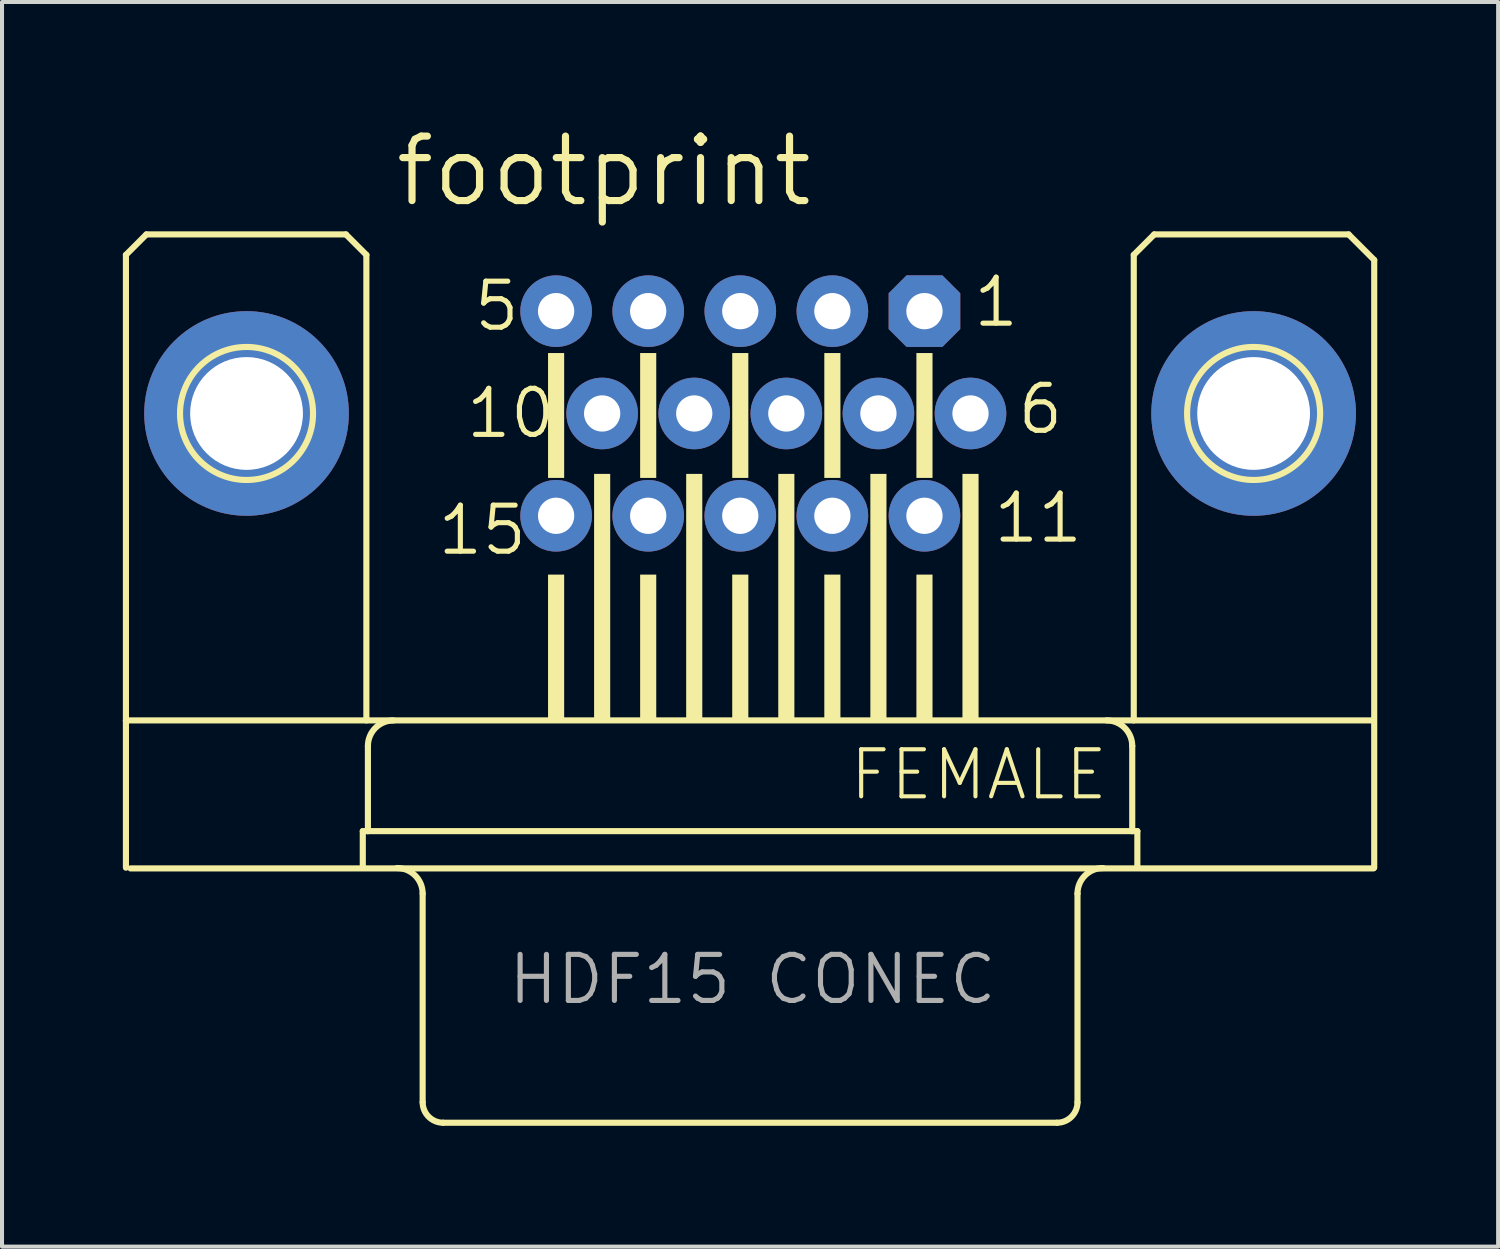
<source format=kicad_pcb>
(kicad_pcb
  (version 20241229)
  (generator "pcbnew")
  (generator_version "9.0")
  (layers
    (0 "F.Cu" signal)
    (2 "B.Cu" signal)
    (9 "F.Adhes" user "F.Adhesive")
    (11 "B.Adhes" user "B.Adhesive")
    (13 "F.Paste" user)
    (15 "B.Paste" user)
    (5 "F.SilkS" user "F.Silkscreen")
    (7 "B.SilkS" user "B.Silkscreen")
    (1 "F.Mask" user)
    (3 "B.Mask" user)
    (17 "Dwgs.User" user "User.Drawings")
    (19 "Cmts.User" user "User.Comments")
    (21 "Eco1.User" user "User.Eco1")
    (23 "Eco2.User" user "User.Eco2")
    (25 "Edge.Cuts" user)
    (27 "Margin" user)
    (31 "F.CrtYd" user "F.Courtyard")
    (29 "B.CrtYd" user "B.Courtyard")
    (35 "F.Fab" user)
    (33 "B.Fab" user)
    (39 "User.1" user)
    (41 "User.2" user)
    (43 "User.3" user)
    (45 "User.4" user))
  (footprint "footprint"
    (layer "F.Cu")
    (at 15.57 7.214)
    (property "Reference" "footprint" (at -8.89 -5.08 0) (layer "F.SilkS") (effects (font (size 1.6 1.6) (thickness 0.178)) (justify left bottom)))
    (fp_line (start -15.494 -3.937) (end -15.494 7.62) (stroke (width 0.152) (type solid)) (layer "F.SilkS"))
    (fp_line (start -15.494 11.276) (end -15.494 7.62) (stroke (width 0.152) (type solid)) (layer "F.SilkS"))
    (fp_line (start -14.986 -4.445) (end -15.494 -3.937) (stroke (width 0.152) (type solid)) (layer "F.SilkS"))
    (fp_line (start -10.033 -4.445) (end -14.986 -4.445) (stroke (width 0.152) (type solid)) (layer "F.SilkS"))
    (fp_line (start -9.614 10.368) (end -9.614 11.276) (stroke (width 0.152) (type solid)) (layer "F.SilkS"))
    (fp_line (start -9.525 -3.937) (end -10.033 -4.445) (stroke (width 0.152) (type solid)) (layer "F.SilkS"))
    (fp_line (start -9.525 -3.937) (end -9.525 7.62) (stroke (width 0.152) (type solid)) (layer "F.SilkS"))
    (fp_line (start -9.487 8.255) (end -9.487 10.368) (stroke (width 0.152) (type solid)) (layer "F.SilkS"))
    (fp_line (start -9.487 10.368) (end -9.614 10.368) (stroke (width 0.152) (type solid)) (layer "F.SilkS"))
    (fp_line (start -8.128 11.919) (end -8.128 17.099) (stroke (width 0.152) (type solid)) (layer "F.SilkS"))
    (fp_line (start 7.62 17.607) (end -7.62 17.607) (stroke (width 0.152) (type solid)) (layer "F.SilkS"))
    (fp_line (start 8.128 11.919) (end 8.128 17.099) (stroke (width 0.152) (type solid)) (layer "F.SilkS"))
    (fp_line (start 9.487 8.255) (end 9.487 10.368) (stroke (width 0.152) (type solid)) (layer "F.SilkS"))
    (fp_line (start 9.487 10.368) (end -9.487 10.368) (stroke (width 0.152) (type solid)) (layer "F.SilkS"))
    (fp_line (start 9.525 -3.937) (end 9.525 7.62) (stroke (width 0.152) (type solid)) (layer "F.SilkS"))
    (fp_line (start 9.614 10.368) (end 9.487 10.368) (stroke (width 0.152) (type solid)) (layer "F.SilkS"))
    (fp_line (start 9.614 10.368) (end 9.614 11.276) (stroke (width 0.152) (type solid)) (layer "F.SilkS"))
    (fp_line (start 10.033 -4.445) (end 9.525 -3.937) (stroke (width 0.152) (type solid)) (layer "F.SilkS"))
    (fp_line (start 10.033 -4.445) (end 14.859 -4.445) (stroke (width 0.152) (type solid)) (layer "F.SilkS"))
    (fp_line (start 14.859 -4.445) (end 15.494 -3.81) (stroke (width 0.152) (type solid)) (layer "F.SilkS"))
    (fp_line (start 15.475 7.62) (end -15.494 7.62) (stroke (width 0.152) (type solid)) (layer "F.SilkS"))
    (fp_line (start 15.476 11.294) (end -15.38 11.294) (stroke (width 0.152) (type solid)) (layer "F.SilkS"))
    (fp_line (start 15.494 -3.81) (end 15.494 11.276) (stroke (width 0.152) (type solid)) (layer "F.SilkS"))
    (fp_arc (start -9.487 8.255) (mid -9.301013 7.805987) (end -8.852 7.62) (stroke (width 0.1524) (type solid)) (layer "F.SilkS"))
    (fp_arc (start -8.763 11.284) (mid -8.313987 11.469987) (end -8.128 11.919) (stroke (width 0.1524) (type solid)) (layer "F.SilkS"))
    (fp_arc (start -7.62 17.607) (mid -7.97921 17.45821) (end -8.128 17.099) (stroke (width 0.1524) (type solid)) (layer "F.SilkS"))
    (fp_arc (start 8.128 11.919) (mid 8.313987 11.469987) (end 8.763 11.284) (stroke (width 0.1524) (type solid)) (layer "F.SilkS"))
    (fp_arc (start 8.128 17.099) (mid 7.97921 17.45821) (end 7.62 17.607) (stroke (width 0.1524) (type solid)) (layer "F.SilkS"))
    (fp_arc (start 8.852 7.62) (mid 9.301013 7.805987) (end 9.487 8.255) (stroke (width 0.1524) (type solid)) (layer "F.SilkS"))
    (fp_circle (center -12.5 0) (end -10.849 0) (stroke (width 0.152) (type solid)) (fill no) (layer "F.SilkS"))
    (fp_circle (center 12.5 0) (end 14.151 0) (stroke (width 0.152) (type solid)) (fill no) (layer "F.SilkS"))
    (fp_poly (pts (xy -5.015 1.6) (xy -4.615 1.6) (xy -4.615 -1.5) (xy -5.015 -1.5)) (stroke (width 0) (type solid)) (fill yes) (layer "F.SilkS"))
    (fp_poly (pts (xy -5.015 7.6) (xy -4.615 7.6) (xy -4.615 4) (xy -5.015 4)) (stroke (width 0) (type solid)) (fill yes) (layer "F.SilkS"))
    (fp_poly (pts (xy -3.872 7.6) (xy -3.472 7.6) (xy -3.472 1.5) (xy -3.872 1.5)) (stroke (width 0) (type solid)) (fill yes) (layer "F.SilkS"))
    (fp_poly (pts (xy -2.729 1.6) (xy -2.329 1.6) (xy -2.329 -1.5) (xy -2.729 -1.5)) (stroke (width 0) (type solid)) (fill yes) (layer "F.SilkS"))
    (fp_poly (pts (xy -2.729 7.6) (xy -2.329 7.6) (xy -2.329 4) (xy -2.729 4)) (stroke (width 0) (type solid)) (fill yes) (layer "F.SilkS"))
    (fp_poly (pts (xy -1.586 7.6) (xy -1.186 7.6) (xy -1.186 1.5) (xy -1.586 1.5)) (stroke (width 0) (type solid)) (fill yes) (layer "F.SilkS"))
    (fp_poly (pts (xy -0.443 1.6) (xy -0.043 1.6) (xy -0.043 -1.5) (xy -0.443 -1.5)) (stroke (width 0) (type solid)) (fill yes) (layer "F.SilkS"))
    (fp_poly (pts (xy -0.443 7.6) (xy -0.043 7.6) (xy -0.043 4) (xy -0.443 4)) (stroke (width 0) (type solid)) (fill yes) (layer "F.SilkS"))
    (fp_poly (pts (xy 0.7 7.6) (xy 1.1 7.6) (xy 1.1 1.5) (xy 0.7 1.5)) (stroke (width 0) (type solid)) (fill yes) (layer "F.SilkS"))
    (fp_poly (pts (xy 1.843 1.6) (xy 2.243 1.6) (xy 2.243 -1.5) (xy 1.843 -1.5)) (stroke (width 0) (type solid)) (fill yes) (layer "F.SilkS"))
    (fp_poly (pts (xy 1.843 7.6) (xy 2.243 7.6) (xy 2.243 4) (xy 1.843 4)) (stroke (width 0) (type solid)) (fill yes) (layer "F.SilkS"))
    (fp_poly (pts (xy 2.986 7.6) (xy 3.386 7.6) (xy 3.386 1.5) (xy 2.986 1.5)) (stroke (width 0) (type solid)) (fill yes) (layer "F.SilkS"))
    (fp_poly (pts (xy 4.129 1.6) (xy 4.529 1.6) (xy 4.529 -1.5) (xy 4.129 -1.5)) (stroke (width 0) (type solid)) (fill yes) (layer "F.SilkS"))
    (fp_poly (pts (xy 4.129 7.6) (xy 4.529 7.6) (xy 4.529 4) (xy 4.129 4)) (stroke (width 0) (type solid)) (fill yes) (layer "F.SilkS"))
    (fp_poly (pts (xy 5.272 7.6) (xy 5.672 7.6) (xy 5.672 1.5) (xy 5.272 1.5)) (stroke (width 0) (type solid)) (fill yes) (layer "F.SilkS"))
    (fp_text user "5" (at -6.915 -1.995 0) (layer "F.SilkS") (effects (font (size 1.143 1.143) (thickness 0.127)) (justify left bottom)))
    (fp_text user "10" (at -7.115 0.665 0) (layer "F.SilkS") (effects (font (size 1.143 1.143) (thickness 0.127)) (justify left bottom)))
    (fp_text user "FEMALE" (at 2.413 9.652 0) (layer "F.SilkS") (effects (font (size 1.168 1.168) (thickness 0.102)) (justify left bottom)))
    (fp_text user "1" (at 5.48 -2.095 0) (layer "F.SilkS") (effects (font (size 1.143 1.143) (thickness 0.127)) (justify left bottom)))
    (fp_text user "11" (at 5.98 3.265 0) (layer "F.SilkS") (effects (font (size 1.143 1.143) (thickness 0.127)) (justify left bottom)))
    (fp_text user "6" (at 6.58 0.565 0) (layer "F.SilkS") (effects (font (size 1.143 1.143) (thickness 0.127)) (justify left bottom)))
    (fp_text user "15" (at -7.82 3.565 0) (layer "F.SilkS") (effects (font (size 1.143 1.143) (thickness 0.127)) (justify left bottom)))
    (fp_text user "HDF15 CONEC" (at -6.064 14.717 0) (layer "F.Fab") (effects (font (size 1.143 1.143) (thickness 0.127)) (justify left bottom)))
    (pad "1" thru_hole roundrect (at 4.329 -2.54) (size 1.778 1.778) (drill 0.9) (layers "*.Cu" "*.Mask") (roundrect_rratio 0.25) (chamfer_ratio 0.25) (chamfer top_left top_right bottom_left bottom_right))
    (pad "2" thru_hole circle (at 2.043 -2.54) (size 1.778 1.778) (drill 0.9) (layers "*.Cu" "*.Mask"))
    (pad "3" thru_hole circle (at -0.243 -2.54) (size 1.778 1.778) (drill 0.9) (layers "*.Cu" "*.Mask"))
    (pad "4" thru_hole circle (at -2.529 -2.54) (size 1.778 1.778) (drill 0.9) (layers "*.Cu" "*.Mask"))
    (pad "5" thru_hole circle (at -4.815 -2.54) (size 1.778 1.778) (drill 0.9) (layers "*.Cu" "*.Mask"))
    (pad "6" thru_hole circle (at 5.472 0) (size 1.778 1.778) (drill 0.9) (layers "*.Cu" "*.Mask"))
    (pad "7" thru_hole circle (at 3.186 0) (size 1.778 1.778) (drill 0.9) (layers "*.Cu" "*.Mask"))
    (pad "8" thru_hole circle (at 0.9 0) (size 1.778 1.778) (drill 0.9) (layers "*.Cu" "*.Mask"))
    (pad "9" thru_hole circle (at -1.386 0) (size 1.778 1.778) (drill 0.9) (layers "*.Cu" "*.Mask"))
    (pad "10" thru_hole circle (at -3.672 0) (size 1.778 1.778) (drill 0.9) (layers "*.Cu" "*.Mask"))
    (pad "11" thru_hole circle (at 4.329 2.54) (size 1.778 1.778) (drill 0.9) (layers "*.Cu" "*.Mask"))
    (pad "12" thru_hole circle (at 2.043 2.54) (size 1.778 1.778) (drill 0.9) (layers "*.Cu" "*.Mask"))
    (pad "13" thru_hole circle (at -0.243 2.54) (size 1.778 1.778) (drill 0.9) (layers "*.Cu" "*.Mask"))
    (pad "14" thru_hole circle (at -2.529 2.54) (size 1.778 1.778) (drill 0.9) (layers "*.Cu" "*.Mask"))
    (pad "15" thru_hole circle (at -4.815 2.54) (size 1.778 1.778) (drill 0.9) (layers "*.Cu" "*.Mask"))
    (pad "P$1" thru_hole circle (at -12.5 0) (size 5.08 5.08) (drill 2.8) (layers "*.Cu" "*.Mask"))
    (pad "P$2" thru_hole circle (at 12.5 0) (size 5.08 5.08) (drill 2.8) (layers "*.Cu" "*.Mask"))
    (zone (net_name "") (layers "F.Cu" "B.Cu") (hatch edge 0.508) (connect_pads) (min_thickness 0.254) (filled_areas_thickness no) (keepout (tracks allowed) (vias not_allowed) (pads allowed) (copperpour allowed) (footprints allowed)) (placement (enabled no)) (fill) (polygon (pts (xy 5.737 7.214) (xy 5.697 6.75) (xy 5.576 6.301) (xy 5.38 5.88) (xy 5.113 5.499) (xy 4.785 5.171) (xy 4.404 4.904) (xy 3.982 4.707) (xy 3.533 4.587) (xy 3.07 4.547) (xy 2.607 4.587) (xy 2.158 4.707) (xy 1.737 4.904) (xy 1.356 5.171) (xy 1.027 5.499) (xy 0.761 5.88) (xy 0.564 6.301) (xy 0.444 6.75) (xy 0.403 7.214) (xy 0.444 7.677) (xy 0.564 8.126) (xy 0.761 8.547) (xy 1.027 8.928) (xy 1.356 9.257) (xy 1.737 9.523) (xy 2.158 9.72) (xy 2.607 9.84) (xy 3.07 9.881) (xy 3.533 9.84) (xy 3.982 9.72) (xy 4.404 9.523) (xy 4.785 9.257) (xy 5.113 8.928) (xy 5.38 8.547) (xy 5.576 8.126) (xy 5.697 7.677))))
    (zone (net_name "") (layers "F.Cu" "B.Cu") (hatch edge 0.508) (connect_pads) (min_thickness 0.254) (filled_areas_thickness no) (keepout (tracks allowed) (vias not_allowed) (pads allowed) (copperpour allowed) (footprints allowed)) (placement (enabled no)) (fill) (polygon (pts (xy 30.737 7.214) (xy 30.697 6.75) (xy 30.576 6.301) (xy 30.38 5.88) (xy 30.113 5.499) (xy 29.785 5.171) (xy 29.404 4.904) (xy 28.982 4.707) (xy 28.533 4.587) (xy 28.07 4.547) (xy 27.607 4.587) (xy 27.158 4.707) (xy 26.737 4.904) (xy 26.356 5.171) (xy 26.027 5.499) (xy 25.761 5.88) (xy 25.564 6.301) (xy 25.444 6.75) (xy 25.403 7.214) (xy 25.444 7.677) (xy 25.564 8.126) (xy 25.761 8.547) (xy 26.027 8.928) (xy 26.356 9.257) (xy 26.737 9.523) (xy 27.158 9.72) (xy 27.607 9.84) (xy 28.07 9.881) (xy 28.533 9.84) (xy 28.982 9.72) (xy 29.404 9.523) (xy 29.785 9.257) (xy 30.113 8.928) (xy 30.38 8.547) (xy 30.576 8.126) (xy 30.697 7.677))))
    (zone (net_name "") (layer "B.Cu") (hatch edge 0.508) (connect_pads) (min_thickness 0.254) (filled_areas_thickness no) (keepout (tracks not_allowed) (vias not_allowed) (pads not_allowed) (copperpour not_allowed) (footprints allowed)) (placement (enabled no)) (fill) (polygon (pts (xy 5.737 7.214) (xy 5.697 6.75) (xy 5.576 6.301) (xy 5.38 5.88) (xy 5.113 5.499) (xy 4.785 5.171) (xy 4.404 4.904) (xy 3.982 4.707) (xy 3.533 4.587) (xy 3.07 4.547) (xy 2.607 4.587) (xy 2.158 4.707) (xy 1.737 4.904) (xy 1.356 5.171) (xy 1.027 5.499) (xy 0.761 5.88) (xy 0.564 6.301) (xy 0.444 6.75) (xy 0.403 7.214) (xy 0.444 7.677) (xy 0.564 8.126) (xy 0.761 8.547) (xy 1.027 8.928) (xy 1.356 9.257) (xy 1.737 9.523) (xy 2.158 9.72) (xy 2.607 9.84) (xy 3.07 9.881) (xy 3.533 9.84) (xy 3.982 9.72) (xy 4.404 9.523) (xy 4.785 9.257) (xy 5.113 8.928) (xy 5.38 8.547) (xy 5.576 8.126) (xy 5.697 7.677))))
    (zone (net_name "") (layer "B.Cu") (hatch edge 0.508) (connect_pads) (min_thickness 0.254) (filled_areas_thickness no) (keepout (tracks not_allowed) (vias not_allowed) (pads not_allowed) (copperpour not_allowed) (footprints allowed)) (placement (enabled no)) (fill) (polygon (pts (xy 30.737 7.214) (xy 30.697 6.75) (xy 30.576 6.301) (xy 30.38 5.88) (xy 30.113 5.499) (xy 29.785 5.171) (xy 29.404 4.904) (xy 28.982 4.707) (xy 28.533 4.587) (xy 28.07 4.547) (xy 27.607 4.587) (xy 27.158 4.707) (xy 26.737 4.904) (xy 26.356 5.171) (xy 26.027 5.499) (xy 25.761 5.88) (xy 25.564 6.301) (xy 25.444 6.75) (xy 25.403 7.214) (xy 25.444 7.677) (xy 25.564 8.126) (xy 25.761 8.547) (xy 26.027 8.928) (xy 26.356 9.257) (xy 26.737 9.523) (xy 27.158 9.72) (xy 27.607 9.84) (xy 28.07 9.881) (xy 28.533 9.84) (xy 28.982 9.72) (xy 29.404 9.523) (xy 29.785 9.257) (xy 30.113 8.928) (xy 30.38 8.547) (xy 30.576 8.126) (xy 30.697 7.677)))))
  (gr_rect
    (start -3 -3)
    (end 34.14 27.897)
    (stroke (width 0.1) (type default))
    (fill no)
    (layer "Edge.Cuts")))
</source>
